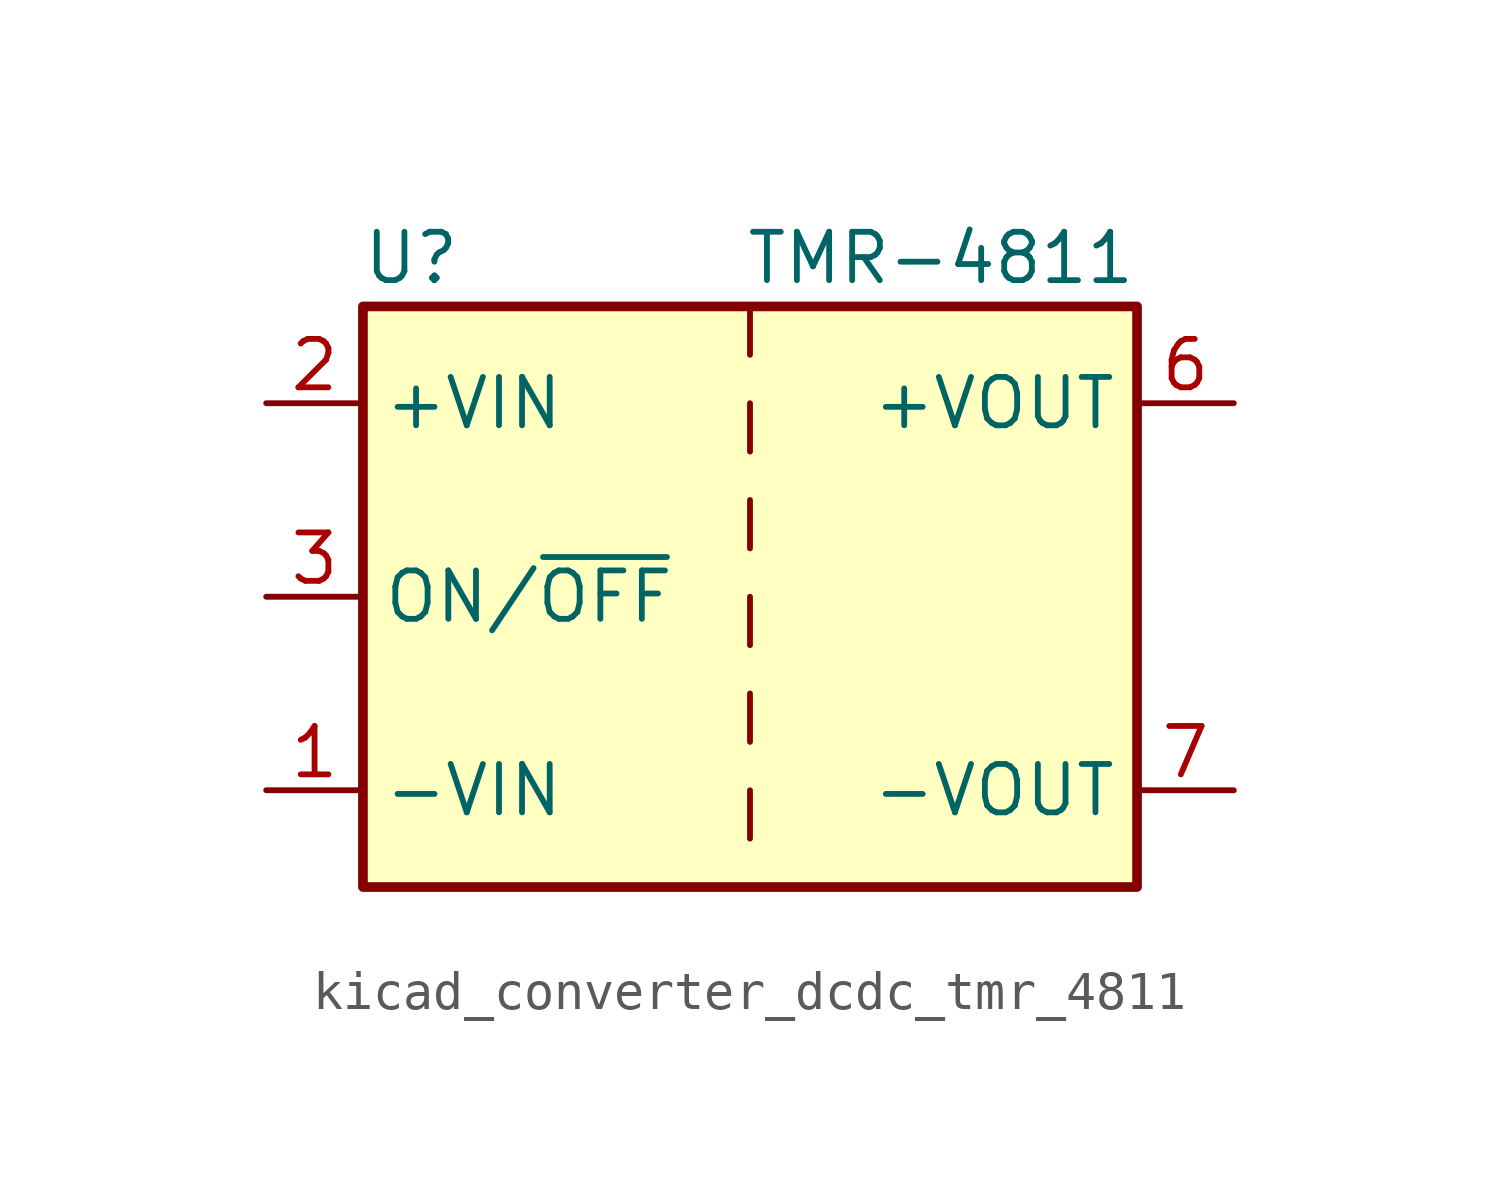
<source format=kicad_sym>
(kicad_symbol_lib
  (version 20220914)
  (generator kicad_symbol_editor)
  (symbol "kicad_converter_dcdc_tmr_4811"
    (property "Reference" "U"
      (at -8.89 8.89 0)
      (effects (font (size 1.27 1.27))))
    (property "Value" "TMR-4811"
      (at 10.16 8.89 0)
      (effects (font (size 1.27 1.27)) (justify right)))
    (symbol "kicad_converter_dcdc_tmr_4811_0_1"
      (rectangle (start -10.16 7.62) (end 10.16 -7.62) (stroke (width 0.254) (type default)) (fill (type background)))
      (polyline (pts (xy 0 -5.08) (xy 0 -6.35)) (stroke (width 0) (type default)) (fill (type none)))
      (polyline (pts (xy 0 -2.54) (xy 0 -3.81)) (stroke (width 0) (type default)) (fill (type none)))
      (polyline (pts (xy 0 0) (xy 0 -1.27)) (stroke (width 0) (type default)) (fill (type none)))
      (polyline (pts (xy 0 2.54) (xy 0 1.27)) (stroke (width 0) (type default)) (fill (type none)))
      (polyline (pts (xy 0 5.08) (xy 0 3.81)) (stroke (width 0) (type default)) (fill (type none)))
      (polyline (pts (xy 0 7.62) (xy 0 6.35)) (stroke (width 0) (type default)) (fill (type none))))
    (symbol "kicad_converter_dcdc_tmr_4811_1_1"
      (pin power_in line (at -12.7 -5.08 0) (length 2.54) (name "-VIN" (effects (font (size 1.27 1.27)))) (number "1" (effects (font (size 1.27 1.27)))))
      (pin power_in line (at -12.7 5.08 0) (length 2.54) (name "+VIN" (effects (font (size 1.27 1.27)))) (number "2" (effects (font (size 1.27 1.27)))))
      (pin input line (at -12.7 0 0) (length 2.54) (name "ON/~{OFF}" (effects (font (size 1.27 1.27)))) (number "3" (effects (font (size 1.27 1.27)))))
      (pin no_connect line (at 10.16 2.54 180) (length 2.54) hide (name "NC" (effects (font (size 1.27 1.27)))) (number "5" (effects (font (size 1.27 1.27)))))
      (pin power_out line (at 12.7 5.08 180) (length 2.54) (name "+VOUT" (effects (font (size 1.27 1.27)))) (number "6" (effects (font (size 1.27 1.27)))))
      (pin power_out line (at 12.7 -5.08 180) (length 2.54) (name "-VOUT" (effects (font (size 1.27 1.27)))) (number "7" (effects (font (size 1.27 1.27)))))
      (pin no_connect line (at 10.16 0 180) (length 2.54) hide (name "NC" (effects (font (size 1.27 1.27)))) (number "8" (effects (font (size 1.27 1.27))))))))
</source>
